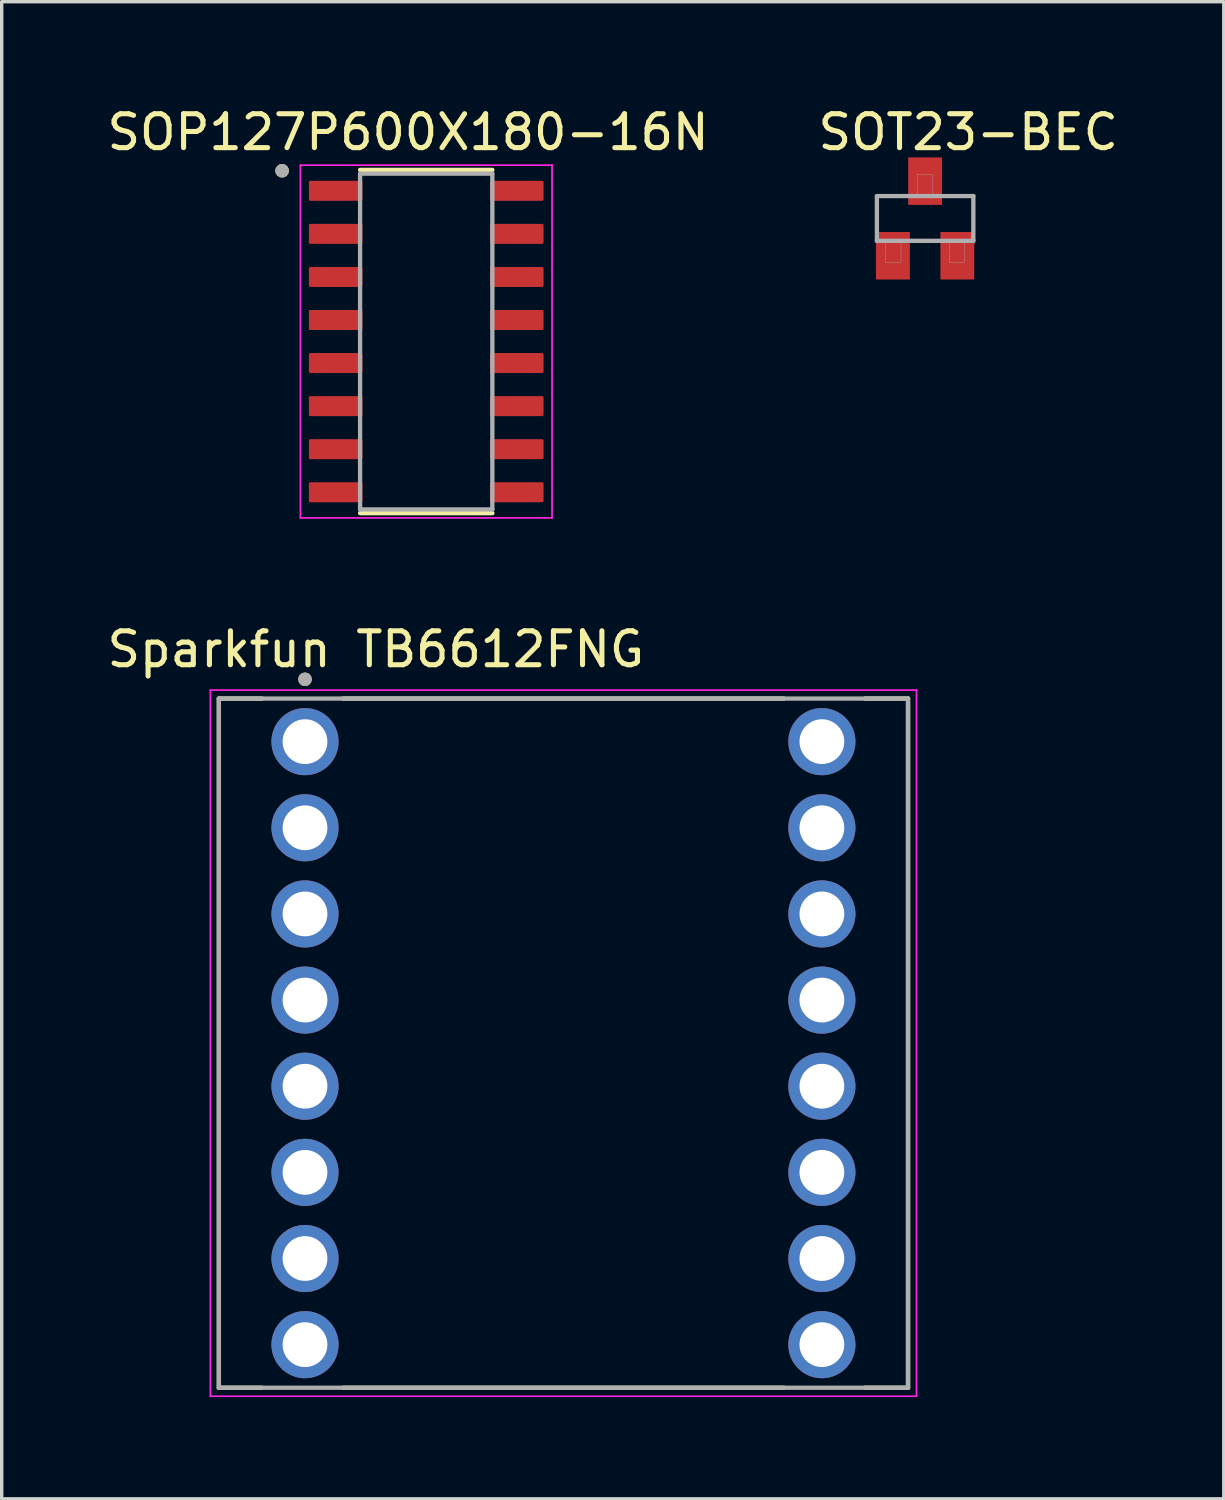
<source format=kicad_pcb>
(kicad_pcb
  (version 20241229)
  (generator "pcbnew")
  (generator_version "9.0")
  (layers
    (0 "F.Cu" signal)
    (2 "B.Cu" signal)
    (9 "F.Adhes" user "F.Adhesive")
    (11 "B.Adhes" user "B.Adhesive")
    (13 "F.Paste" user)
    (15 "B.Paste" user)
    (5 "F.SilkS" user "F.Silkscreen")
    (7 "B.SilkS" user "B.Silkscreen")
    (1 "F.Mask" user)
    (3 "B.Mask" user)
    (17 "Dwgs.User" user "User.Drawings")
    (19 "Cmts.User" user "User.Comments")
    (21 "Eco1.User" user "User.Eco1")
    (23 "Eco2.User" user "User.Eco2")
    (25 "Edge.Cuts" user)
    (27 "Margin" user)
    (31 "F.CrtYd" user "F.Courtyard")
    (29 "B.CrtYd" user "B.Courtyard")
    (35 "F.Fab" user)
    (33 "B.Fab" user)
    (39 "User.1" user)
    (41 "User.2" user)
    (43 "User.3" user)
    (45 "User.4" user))
  (footprint "Sparkfun TB6612FNG"
    (layer "F.Cu")
    (at 13.563 27.707)
    (property "Reference" "Sparkfun TB6612FNG" (at -5.533 -11.613 0) (layer "F.SilkS") (effects (font (size 1 1) (thickness 0.15))))
    (attr through_hole)
    (fp_line (start -10.16 -10.16) (end -10.16 10.16) (stroke (width 0.127) (type solid)) (layer "F.SilkS"))
    (fp_line (start -8.89 -10.16) (end -10.16 -10.16) (stroke (width 0.127) (type solid)) (layer "F.SilkS"))
    (fp_line (start -8.89 10.16) (end -10.16 10.16) (stroke (width 0.127) (type solid)) (layer "F.SilkS"))
    (fp_line (start -6.5 -10.16) (end 6.5 -10.16) (stroke (width 0.127) (type solid)) (layer "F.SilkS"))
    (fp_line (start -6.5 10.16) (end 6.5 10.16) (stroke (width 0.127) (type solid)) (layer "F.SilkS"))
    (fp_line (start 8.89 -10.16) (end 10.16 -10.16) (stroke (width 0.127) (type solid)) (layer "F.SilkS"))
    (fp_line (start 8.89 10.16) (end 10.16 10.16) (stroke (width 0.127) (type solid)) (layer "F.SilkS"))
    (fp_line (start 10.16 10.16) (end 10.16 -10.16) (stroke (width 0.127) (type solid)) (layer "F.SilkS"))
    (fp_circle (center -7.62 -10.728) (end -7.52 -10.728) (stroke (width 0.2) (type solid)) (fill no) (layer "F.SilkS"))
    (fp_line (start -10.41 -10.41) (end -10.41 10.41) (stroke (width 0.05) (type solid)) (layer "F.CrtYd"))
    (fp_line (start -10.41 10.41) (end 10.41 10.41) (stroke (width 0.05) (type solid)) (layer "F.CrtYd"))
    (fp_line (start 10.41 -10.41) (end -10.41 -10.41) (stroke (width 0.05) (type solid)) (layer "F.CrtYd"))
    (fp_line (start 10.41 10.41) (end 10.41 -10.41) (stroke (width 0.05) (type solid)) (layer "F.CrtYd"))
    (fp_line (start -10.16 -10.16) (end -10.16 10.16) (stroke (width 0.127) (type solid)) (layer "F.Fab"))
    (fp_line (start -10.16 10.16) (end 10.16 10.16) (stroke (width 0.127) (type solid)) (layer "F.Fab"))
    (fp_line (start 10.16 -10.16) (end -10.16 -10.16) (stroke (width 0.127) (type solid)) (layer "F.Fab"))
    (fp_line (start 10.16 10.16) (end 10.16 -10.16) (stroke (width 0.127) (type solid)) (layer "F.Fab"))
    (fp_circle (center -7.62 -10.728) (end -7.52 -10.728) (stroke (width 0.2) (type solid)) (fill no) (layer "F.Fab"))
    (pad "1" thru_hole circle (at -7.62 -8.89) (size 1.98 1.98) (drill 1.32) (layers "*.Cu" "*.Mask"))
    (pad "2" thru_hole circle (at -7.62 -6.35) (size 1.98 1.98) (drill 1.32) (layers "*.Cu" "*.Mask"))
    (pad "3" thru_hole circle (at -7.62 -3.81) (size 1.98 1.98) (drill 1.32) (layers "*.Cu" "*.Mask"))
    (pad "4" thru_hole circle (at -7.62 -1.27) (size 1.98 1.98) (drill 1.32) (layers "*.Cu" "*.Mask"))
    (pad "5" thru_hole circle (at -7.62 1.27) (size 1.98 1.98) (drill 1.32) (layers "*.Cu" "*.Mask"))
    (pad "6" thru_hole circle (at -7.62 3.81) (size 1.98 1.98) (drill 1.32) (layers "*.Cu" "*.Mask"))
    (pad "7" thru_hole circle (at -7.62 6.35) (size 1.98 1.98) (drill 1.32) (layers "*.Cu" "*.Mask"))
    (pad "8" thru_hole circle (at -7.62 8.89) (size 1.98 1.98) (drill 1.32) (layers "*.Cu" "*.Mask"))
    (pad "9" thru_hole circle (at 7.62 8.89) (size 1.98 1.98) (drill 1.32) (layers "*.Cu" "*.Mask"))
    (pad "10" thru_hole circle (at 7.62 6.35) (size 1.98 1.98) (drill 1.32) (layers "*.Cu" "*.Mask"))
    (pad "11" thru_hole circle (at 7.62 3.81) (size 1.98 1.98) (drill 1.32) (layers "*.Cu" "*.Mask"))
    (pad "12" thru_hole circle (at 7.62 1.27) (size 1.98 1.98) (drill 1.32) (layers "*.Cu" "*.Mask"))
    (pad "13" thru_hole circle (at 7.62 -1.27) (size 1.98 1.98) (drill 1.32) (layers "*.Cu" "*.Mask"))
    (pad "14" thru_hole circle (at 7.62 -3.81) (size 1.98 1.98) (drill 1.32) (layers "*.Cu" "*.Mask"))
    (pad "15" thru_hole circle (at 7.62 -6.35) (size 1.98 1.98) (drill 1.32) (layers "*.Cu" "*.Mask"))
    (pad "16" thru_hole circle (at 7.62 -8.89) (size 1.98 1.98) (drill 1.32) (layers "*.Cu" "*.Mask")))
  (footprint "SOP127P600X180-16N"
    (layer "F.Cu")
    (at 9.517 7.02)
    (property "Reference" "SOP127P600X180-16N" (at -0.535 -6.172 0) (layer "F.SilkS") (effects (font (size 1 1) (thickness 0.15))))
    (attr smd)
    (fp_line (start -1.95 -5.06) (end 1.95 -5.06) (stroke (width 0.127) (type solid)) (layer "F.SilkS"))
    (fp_line (start -1.95 5.06) (end 1.95 5.06) (stroke (width 0.127) (type solid)) (layer "F.SilkS"))
    (fp_circle (center -4.25 -5.035) (end -4.15 -5.035) (stroke (width 0.2) (type solid)) (fill no) (layer "F.SilkS"))
    (fp_line (start -3.71 -5.2) (end -3.71 5.2) (stroke (width 0.05) (type solid)) (layer "F.CrtYd"))
    (fp_line (start -3.71 -5.2) (end 3.71 -5.2) (stroke (width 0.05) (type solid)) (layer "F.CrtYd"))
    (fp_line (start -3.71 5.2) (end 3.71 5.2) (stroke (width 0.05) (type solid)) (layer "F.CrtYd"))
    (fp_line (start 3.71 -5.2) (end 3.71 5.2) (stroke (width 0.05) (type solid)) (layer "F.CrtYd"))
    (fp_line (start -1.95 -4.95) (end -1.95 4.95) (stroke (width 0.127) (type solid)) (layer "F.Fab"))
    (fp_line (start -1.95 -4.95) (end 1.95 -4.95) (stroke (width 0.127) (type solid)) (layer "F.Fab"))
    (fp_line (start -1.95 4.95) (end 1.95 4.95) (stroke (width 0.127) (type solid)) (layer "F.Fab"))
    (fp_line (start 1.95 -4.95) (end 1.95 4.95) (stroke (width 0.127) (type solid)) (layer "F.Fab"))
    (fp_circle (center -4.25 -5.035) (end -4.15 -5.035) (stroke (width 0.2) (type solid)) (fill no) (layer "F.Fab"))
    (pad "1" smd roundrect (at -2.67 -4.445) (size 1.58 0.59) (layers "F.Cu" "F.Mask" "F.Paste") (roundrect_rratio 0.07))
    (pad "2" smd roundrect (at -2.67 -3.175) (size 1.58 0.59) (layers "F.Cu" "F.Mask" "F.Paste") (roundrect_rratio 0.07))
    (pad "3" smd roundrect (at -2.67 -1.905) (size 1.58 0.59) (layers "F.Cu" "F.Mask" "F.Paste") (roundrect_rratio 0.07))
    (pad "4" smd roundrect (at -2.67 -0.635) (size 1.58 0.59) (layers "F.Cu" "F.Mask" "F.Paste") (roundrect_rratio 0.07))
    (pad "5" smd roundrect (at -2.67 0.635) (size 1.58 0.59) (layers "F.Cu" "F.Mask" "F.Paste") (roundrect_rratio 0.07))
    (pad "6" smd roundrect (at -2.67 1.905) (size 1.58 0.59) (layers "F.Cu" "F.Mask" "F.Paste") (roundrect_rratio 0.07))
    (pad "7" smd roundrect (at -2.67 3.175) (size 1.58 0.59) (layers "F.Cu" "F.Mask" "F.Paste") (roundrect_rratio 0.07))
    (pad "8" smd roundrect (at -2.67 4.445) (size 1.58 0.59) (layers "F.Cu" "F.Mask" "F.Paste") (roundrect_rratio 0.07))
    (pad "9" smd roundrect (at 2.67 4.445) (size 1.58 0.59) (layers "F.Cu" "F.Mask" "F.Paste") (roundrect_rratio 0.07))
    (pad "10" smd roundrect (at 2.67 3.175) (size 1.58 0.59) (layers "F.Cu" "F.Mask" "F.Paste") (roundrect_rratio 0.07))
    (pad "11" smd roundrect (at 2.67 1.905) (size 1.58 0.59) (layers "F.Cu" "F.Mask" "F.Paste") (roundrect_rratio 0.07))
    (pad "12" smd roundrect (at 2.67 0.635) (size 1.58 0.59) (layers "F.Cu" "F.Mask" "F.Paste") (roundrect_rratio 0.07))
    (pad "13" smd roundrect (at 2.67 -0.635) (size 1.58 0.59) (layers "F.Cu" "F.Mask" "F.Paste") (roundrect_rratio 0.07))
    (pad "14" smd roundrect (at 2.67 -1.905) (size 1.58 0.59) (layers "F.Cu" "F.Mask" "F.Paste") (roundrect_rratio 0.07))
    (pad "15" smd roundrect (at 2.67 -3.175) (size 1.58 0.59) (layers "F.Cu" "F.Mask" "F.Paste") (roundrect_rratio 0.07))
    (pad "16" smd roundrect (at 2.67 -4.445) (size 1.58 0.59) (layers "F.Cu" "F.Mask" "F.Paste") (roundrect_rratio 0.07)))
  (footprint "SOT23-BEC"
    (layer "F.Cu")
    (at 24.227 3.391)
    (property "Reference" "SOT23-BEC" (at 1.271 -2.543 0) (layer "F.SilkS") (effects (font (size 1.001 1.001) (thickness 0.15))))
    (attr smd)
    (fp_line (start -1.422 -0.66) (end 1.422 -0.66) (stroke (width 0.127) (type solid)) (layer "F.Fab"))
    (fp_line (start -1.422 0.66) (end -1.422 -0.66) (stroke (width 0.127) (type solid)) (layer "F.Fab"))
    (fp_line (start 1.422 -0.66) (end 1.422 0.66) (stroke (width 0.127) (type solid)) (layer "F.Fab"))
    (fp_line (start 1.422 0.66) (end -1.422 0.66) (stroke (width 0.127) (type solid)) (layer "F.Fab"))
    (fp_poly (pts (xy -1.17 0.711) (xy -0.711 0.711) (xy -0.711 1.297) (xy -1.17 1.297)) (stroke (width 0.01) (type solid)) (fill no) (layer "F.Fab"))
    (fp_poly (pts (xy -0.229 -1.295) (xy 0.229 -1.295) (xy 0.229 -0.711) (xy -0.229 -0.711)) (stroke (width 0.01) (type solid)) (fill no) (layer "F.Fab"))
    (fp_poly (pts (xy 0.711 0.711) (xy 1.168 0.711) (xy 1.168 1.296) (xy 0.711 1.296)) (stroke (width 0.01) (type solid)) (fill no) (layer "F.Fab"))
    (pad "B" smd rect (at -0.95 1.1) (size 1 1.4) (layers "F.Cu" "F.Mask" "F.Paste"))
    (pad "C" smd rect (at 0 -1.1) (size 1 1.4) (layers "F.Cu" "F.Mask" "F.Paste"))
    (pad "E" smd rect (at 0.95 1.1) (size 1 1.4) (layers "F.Cu" "F.Mask" "F.Paste")))
  (gr_rect
    (start -3 -3)
    (end 33.033 41.142)
    (stroke (width 0.1) (type default))
    (fill no)
    (layer "Edge.Cuts")))
</source>
